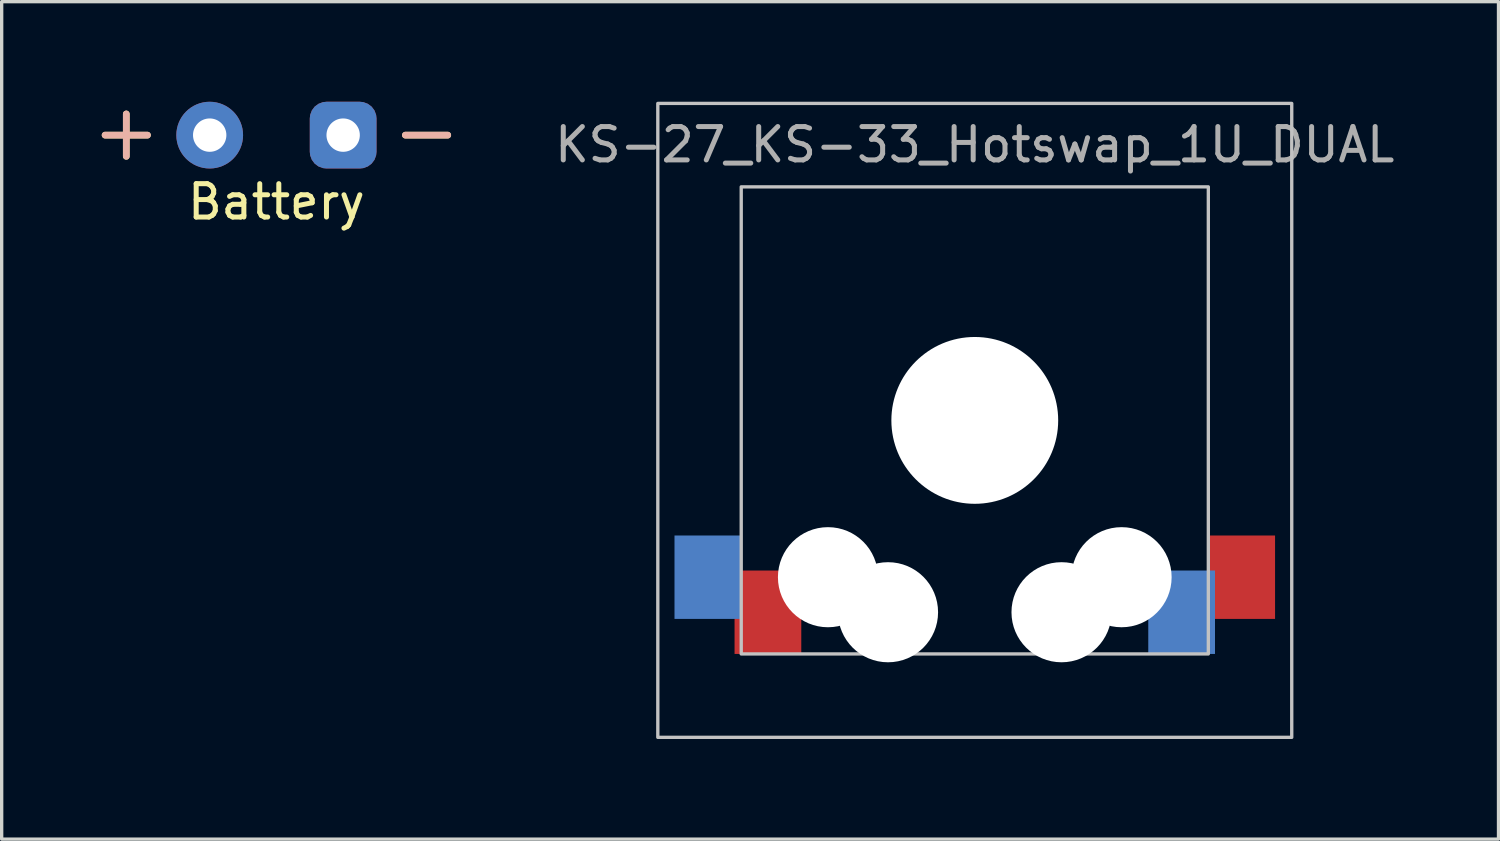
<source format=kicad_pcb>
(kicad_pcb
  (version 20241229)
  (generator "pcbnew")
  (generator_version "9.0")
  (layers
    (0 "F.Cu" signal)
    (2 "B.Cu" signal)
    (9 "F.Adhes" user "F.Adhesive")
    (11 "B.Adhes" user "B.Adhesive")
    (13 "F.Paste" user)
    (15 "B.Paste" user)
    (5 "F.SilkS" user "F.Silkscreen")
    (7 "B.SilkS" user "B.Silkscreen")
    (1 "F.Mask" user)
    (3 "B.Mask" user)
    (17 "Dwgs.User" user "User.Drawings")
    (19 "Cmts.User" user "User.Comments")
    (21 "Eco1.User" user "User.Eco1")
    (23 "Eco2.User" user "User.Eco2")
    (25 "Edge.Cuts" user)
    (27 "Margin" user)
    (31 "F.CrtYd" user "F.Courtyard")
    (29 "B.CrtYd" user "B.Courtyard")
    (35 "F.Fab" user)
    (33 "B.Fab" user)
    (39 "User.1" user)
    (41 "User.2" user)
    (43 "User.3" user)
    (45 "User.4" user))
  (footprint "Battery"
    (layer "F.Cu")
    (at 5.235 1)
    (property "Reference" "Battery" (at 0 2 0) (layer "F.SilkS") (effects (font (size 1 1) (thickness 0.15))))
    (attr through_hole)
    (fp_line (start -5.135 0) (end -3.865 0) (stroke (width 0.2) (type default)) (layer "F.SilkS"))
    (fp_line (start -4.5 -0.635) (end -4.5 0.635) (stroke (width 0.2) (type default)) (layer "F.SilkS"))
    (fp_line (start 3.865 0) (end 5.135 0) (stroke (width 0.2) (type default)) (layer "F.SilkS"))
    (fp_line (start -5.135 0) (end -3.865 0) (stroke (width 0.2) (type default)) (layer "B.SilkS"))
    (fp_line (start -4.5 -0.635) (end -4.5 0.635) (stroke (width 0.2) (type default)) (layer "B.SilkS"))
    (fp_line (start 3.865 0) (end 5.135 0) (stroke (width 0.2) (type default)) (layer "B.SilkS"))
    (pad "1" thru_hole circle (at -2 0) (size 2 2) (drill 1) (layers "*.Cu" "*.Mask"))
    (pad "2" thru_hole roundrect (at 2 0 90) (size 2 2) (drill 1) (layers "*.Cu" "*.Mask") (roundrect_rratio 0.25)))
  (footprint "KS-27_KS-33_Hotswap_1U_DUAL"
    (layer "F.Cu")
    (at 26.166 9.55)
    (property "Reference" "KS-27_KS-33_Hotswap_1U_DUAL" (at 0 -8.262 0) (unlocked yes) (layer "F.Fab") (effects (font (size 1 1) (thickness 0.15))))
    (attr smd)
    (fp_rect (start -9.5 -9.5) (end 9.5 9.5) (stroke (width 0.1) (type default)) (fill no) (layer "Dwgs.User"))
    (fp_rect (start -7 -7) (end 7 7) (stroke (width 0.1) (type default)) (fill no) (layer "Dwgs.User"))
    (pad "" np_thru_hole circle (at -4.4 4.7) (size 3 3) (drill 3) (layers "*.Cu" "*.Mask"))
    (pad "" np_thru_hole circle (at -2.6 5.75) (size 3 3) (drill 3) (layers "*.Cu" "*.Mask"))
    (pad "" np_thru_hole circle (at 0 0) (size 5 5) (drill 5) (layers "*.Cu" "*.Mask"))
    (pad "" np_thru_hole circle (at 2.6 5.75) (size 3 3) (drill 3) (layers "*.Cu" "*.Mask"))
    (pad "" np_thru_hole circle (at 4.4 4.7) (size 3 3) (drill 3) (layers "*.Cu" "*.Mask"))
    (pad "1" smd rect (at -8 4.7) (size 2 2.5) (layers "B.Cu" "B.Mask" "B.Paste"))
    (pad "1" smd rect (at -6.2 5.75) (size 2 2.5) (layers "F.Cu" "F.Mask" "F.Paste"))
    (pad "2" smd rect (at 6.2 5.75) (size 2 2.5) (layers "B.Cu" "B.Mask" "B.Paste"))
    (pad "2" smd rect (at 8 4.7) (size 2 2.5) (layers "F.Cu" "F.Mask" "F.Paste")))
  (gr_rect
    (start -3 -3)
    (end 41.863 22.1)
    (stroke (width 0.1) (type default))
    (fill no)
    (layer "Edge.Cuts")))
</source>
